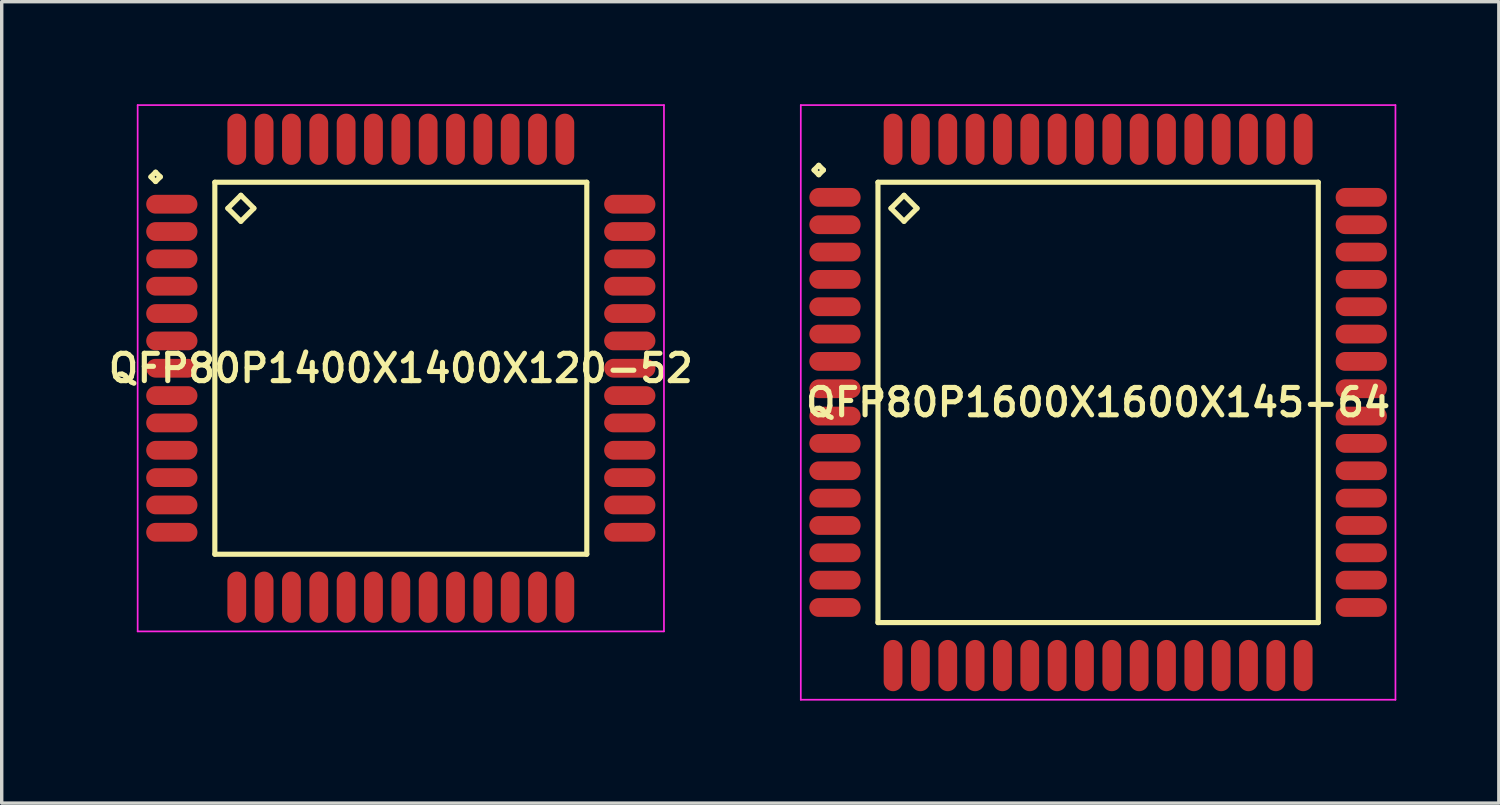
<source format=kicad_pcb>
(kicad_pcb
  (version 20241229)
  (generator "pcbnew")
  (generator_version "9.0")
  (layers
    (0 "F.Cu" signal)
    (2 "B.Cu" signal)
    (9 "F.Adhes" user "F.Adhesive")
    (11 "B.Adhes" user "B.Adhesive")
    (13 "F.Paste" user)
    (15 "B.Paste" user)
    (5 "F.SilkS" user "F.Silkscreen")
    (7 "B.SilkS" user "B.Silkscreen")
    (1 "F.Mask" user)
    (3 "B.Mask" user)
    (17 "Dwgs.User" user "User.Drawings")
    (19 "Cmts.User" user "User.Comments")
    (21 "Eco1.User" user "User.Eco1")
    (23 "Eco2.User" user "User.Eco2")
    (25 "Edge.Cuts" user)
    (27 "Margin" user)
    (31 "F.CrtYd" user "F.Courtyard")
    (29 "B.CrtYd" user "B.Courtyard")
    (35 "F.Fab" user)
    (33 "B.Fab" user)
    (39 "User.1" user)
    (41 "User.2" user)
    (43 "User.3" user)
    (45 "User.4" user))
  (footprint "QFP80P1400X1400X120-52"
    (layer "F.Cu")
    (at 8.678 7.725)
    (property "Reference" "QFP80P1400X1400X120-52" (at 0 0 0) (layer "F.SilkS") (effects (font (size 0.8 0.8) (thickness 0.15))))
    (attr smd)
    (fp_line (start -7.312 -5.6) (end -7.175 -5.737) (stroke (width 0.15) (type solid)) (layer "F.SilkS"))
    (fp_line (start -7.175 -5.737) (end -7.037 -5.6) (stroke (width 0.15) (type solid)) (layer "F.SilkS"))
    (fp_line (start -7.175 -5.463) (end -7.312 -5.6) (stroke (width 0.15) (type solid)) (layer "F.SilkS"))
    (fp_line (start -7.037 -5.6) (end -7.175 -5.463) (stroke (width 0.15) (type solid)) (layer "F.SilkS"))
    (fp_line (start -5.442 -5.442) (end -5.442 5.442) (stroke (width 0.15) (type solid)) (layer "F.SilkS"))
    (fp_line (start -5.442 5.442) (end 5.442 5.442) (stroke (width 0.15) (type solid)) (layer "F.SilkS"))
    (fp_line (start -5.061 -4.68) (end -4.68 -5.061) (stroke (width 0.15) (type solid)) (layer "F.SilkS"))
    (fp_line (start -4.68 -5.061) (end -4.299 -4.68) (stroke (width 0.15) (type solid)) (layer "F.SilkS"))
    (fp_line (start -4.68 -4.299) (end -5.061 -4.68) (stroke (width 0.15) (type solid)) (layer "F.SilkS"))
    (fp_line (start -4.299 -4.68) (end -4.68 -4.299) (stroke (width 0.15) (type solid)) (layer "F.SilkS"))
    (fp_line (start 5.442 -5.442) (end -5.442 -5.442) (stroke (width 0.15) (type solid)) (layer "F.SilkS"))
    (fp_line (start 5.442 5.442) (end 5.442 -5.442) (stroke (width 0.15) (type solid)) (layer "F.SilkS"))
    (fp_line (start -7.7 -7.7) (end 7.7 -7.7) (stroke (width 0.05) (type solid)) (layer "F.CrtYd"))
    (fp_line (start -7.7 7.7) (end -7.7 -7.7) (stroke (width 0.05) (type solid)) (layer "F.CrtYd"))
    (fp_line (start 7.7 -7.7) (end 7.7 7.7) (stroke (width 0.05) (type solid)) (layer "F.CrtYd"))
    (fp_line (start 7.7 7.7) (end -7.7 7.7) (stroke (width 0.05) (type solid)) (layer "F.CrtYd"))
    (pad "1" smd oval (at -6.7 -4.8) (size 1.5 0.55) (layers "F.Cu" "F.Mask" "F.Paste"))
    (pad "2" smd oval (at -6.7 -4) (size 1.5 0.55) (layers "F.Cu" "F.Mask" "F.Paste"))
    (pad "3" smd oval (at -6.7 -3.2) (size 1.5 0.55) (layers "F.Cu" "F.Mask" "F.Paste"))
    (pad "4" smd oval (at -6.7 -2.4) (size 1.5 0.55) (layers "F.Cu" "F.Mask" "F.Paste"))
    (pad "5" smd oval (at -6.7 -1.6) (size 1.5 0.55) (layers "F.Cu" "F.Mask" "F.Paste"))
    (pad "6" smd oval (at -6.7 -0.8) (size 1.5 0.55) (layers "F.Cu" "F.Mask" "F.Paste"))
    (pad "7" smd oval (at -6.7 0) (size 1.5 0.55) (layers "F.Cu" "F.Mask" "F.Paste"))
    (pad "8" smd oval (at -6.7 0.8) (size 1.5 0.55) (layers "F.Cu" "F.Mask" "F.Paste"))
    (pad "9" smd oval (at -6.7 1.6) (size 1.5 0.55) (layers "F.Cu" "F.Mask" "F.Paste"))
    (pad "10" smd oval (at -6.7 2.4) (size 1.5 0.55) (layers "F.Cu" "F.Mask" "F.Paste"))
    (pad "11" smd oval (at -6.7 3.2) (size 1.5 0.55) (layers "F.Cu" "F.Mask" "F.Paste"))
    (pad "12" smd oval (at -6.7 4) (size 1.5 0.55) (layers "F.Cu" "F.Mask" "F.Paste"))
    (pad "13" smd oval (at -6.7 4.8) (size 1.5 0.55) (layers "F.Cu" "F.Mask" "F.Paste"))
    (pad "14" smd oval (at -4.8 6.7) (size 0.55 1.5) (layers "F.Cu" "F.Mask" "F.Paste"))
    (pad "15" smd oval (at -4 6.7) (size 0.55 1.5) (layers "F.Cu" "F.Mask" "F.Paste"))
    (pad "16" smd oval (at -3.2 6.7) (size 0.55 1.5) (layers "F.Cu" "F.Mask" "F.Paste"))
    (pad "17" smd oval (at -2.4 6.7) (size 0.55 1.5) (layers "F.Cu" "F.Mask" "F.Paste"))
    (pad "18" smd oval (at -1.6 6.7) (size 0.55 1.5) (layers "F.Cu" "F.Mask" "F.Paste"))
    (pad "19" smd oval (at -0.8 6.7) (size 0.55 1.5) (layers "F.Cu" "F.Mask" "F.Paste"))
    (pad "20" smd oval (at 0 6.7) (size 0.55 1.5) (layers "F.Cu" "F.Mask" "F.Paste"))
    (pad "21" smd oval (at 0.8 6.7) (size 0.55 1.5) (layers "F.Cu" "F.Mask" "F.Paste"))
    (pad "22" smd oval (at 1.6 6.7) (size 0.55 1.5) (layers "F.Cu" "F.Mask" "F.Paste"))
    (pad "23" smd oval (at 2.4 6.7) (size 0.55 1.5) (layers "F.Cu" "F.Mask" "F.Paste"))
    (pad "24" smd oval (at 3.2 6.7) (size 0.55 1.5) (layers "F.Cu" "F.Mask" "F.Paste"))
    (pad "25" smd oval (at 4 6.7) (size 0.55 1.5) (layers "F.Cu" "F.Mask" "F.Paste"))
    (pad "26" smd oval (at 4.8 6.7) (size 0.55 1.5) (layers "F.Cu" "F.Mask" "F.Paste"))
    (pad "27" smd oval (at 6.7 4.8) (size 1.5 0.55) (layers "F.Cu" "F.Mask" "F.Paste"))
    (pad "28" smd oval (at 6.7 4) (size 1.5 0.55) (layers "F.Cu" "F.Mask" "F.Paste"))
    (pad "29" smd oval (at 6.7 3.2) (size 1.5 0.55) (layers "F.Cu" "F.Mask" "F.Paste"))
    (pad "30" smd oval (at 6.7 2.4) (size 1.5 0.55) (layers "F.Cu" "F.Mask" "F.Paste"))
    (pad "31" smd oval (at 6.7 1.6) (size 1.5 0.55) (layers "F.Cu" "F.Mask" "F.Paste"))
    (pad "32" smd oval (at 6.7 0.8) (size 1.5 0.55) (layers "F.Cu" "F.Mask" "F.Paste"))
    (pad "33" smd oval (at 6.7 0) (size 1.5 0.55) (layers "F.Cu" "F.Mask" "F.Paste"))
    (pad "34" smd oval (at 6.7 -0.8) (size 1.5 0.55) (layers "F.Cu" "F.Mask" "F.Paste"))
    (pad "35" smd oval (at 6.7 -1.6) (size 1.5 0.55) (layers "F.Cu" "F.Mask" "F.Paste"))
    (pad "36" smd oval (at 6.7 -2.4) (size 1.5 0.55) (layers "F.Cu" "F.Mask" "F.Paste"))
    (pad "37" smd oval (at 6.7 -3.2) (size 1.5 0.55) (layers "F.Cu" "F.Mask" "F.Paste"))
    (pad "38" smd oval (at 6.7 -4) (size 1.5 0.55) (layers "F.Cu" "F.Mask" "F.Paste"))
    (pad "39" smd oval (at 6.7 -4.8) (size 1.5 0.55) (layers "F.Cu" "F.Mask" "F.Paste"))
    (pad "40" smd oval (at 4.8 -6.7) (size 0.55 1.5) (layers "F.Cu" "F.Mask" "F.Paste"))
    (pad "41" smd oval (at 4 -6.7) (size 0.55 1.5) (layers "F.Cu" "F.Mask" "F.Paste"))
    (pad "42" smd oval (at 3.2 -6.7) (size 0.55 1.5) (layers "F.Cu" "F.Mask" "F.Paste"))
    (pad "43" smd oval (at 2.4 -6.7) (size 0.55 1.5) (layers "F.Cu" "F.Mask" "F.Paste"))
    (pad "44" smd oval (at 1.6 -6.7) (size 0.55 1.5) (layers "F.Cu" "F.Mask" "F.Paste"))
    (pad "45" smd oval (at 0.8 -6.7) (size 0.55 1.5) (layers "F.Cu" "F.Mask" "F.Paste"))
    (pad "46" smd oval (at 0 -6.7) (size 0.55 1.5) (layers "F.Cu" "F.Mask" "F.Paste"))
    (pad "47" smd oval (at -0.8 -6.7) (size 0.55 1.5) (layers "F.Cu" "F.Mask" "F.Paste"))
    (pad "48" smd oval (at -1.6 -6.7) (size 0.55 1.5) (layers "F.Cu" "F.Mask" "F.Paste"))
    (pad "49" smd oval (at -2.4 -6.7) (size 0.55 1.5) (layers "F.Cu" "F.Mask" "F.Paste"))
    (pad "50" smd oval (at -3.2 -6.7) (size 0.55 1.5) (layers "F.Cu" "F.Mask" "F.Paste"))
    (pad "51" smd oval (at -4 -6.7) (size 0.55 1.5) (layers "F.Cu" "F.Mask" "F.Paste"))
    (pad "52" smd oval (at -4.8 -6.7) (size 0.55 1.5) (layers "F.Cu" "F.Mask" "F.Paste")))
  (footprint "QFP80P1600X1600X145-64"
    (layer "F.Cu")
    (at 29.082 8.725)
    (property "Reference" "QFP80P1600X1600X145-64" (at 0 0 0) (layer "F.SilkS") (effects (font (size 0.8 0.8) (thickness 0.15))))
    (attr smd)
    (fp_line (start -8.312 -6.8) (end -8.175 -6.938) (stroke (width 0.15) (type solid)) (layer "F.SilkS"))
    (fp_line (start -8.175 -6.938) (end -8.037 -6.8) (stroke (width 0.15) (type solid)) (layer "F.SilkS"))
    (fp_line (start -8.175 -6.662) (end -8.312 -6.8) (stroke (width 0.15) (type solid)) (layer "F.SilkS"))
    (fp_line (start -8.037 -6.8) (end -8.175 -6.662) (stroke (width 0.15) (type solid)) (layer "F.SilkS"))
    (fp_line (start -6.442 -6.442) (end -6.442 6.442) (stroke (width 0.15) (type solid)) (layer "F.SilkS"))
    (fp_line (start -6.442 6.442) (end 6.442 6.442) (stroke (width 0.15) (type solid)) (layer "F.SilkS"))
    (fp_line (start -6.061 -5.68) (end -5.68 -6.061) (stroke (width 0.15) (type solid)) (layer "F.SilkS"))
    (fp_line (start -5.68 -6.061) (end -5.299 -5.68) (stroke (width 0.15) (type solid)) (layer "F.SilkS"))
    (fp_line (start -5.68 -5.299) (end -6.061 -5.68) (stroke (width 0.15) (type solid)) (layer "F.SilkS"))
    (fp_line (start -5.299 -5.68) (end -5.68 -5.299) (stroke (width 0.15) (type solid)) (layer "F.SilkS"))
    (fp_line (start 6.442 -6.442) (end -6.442 -6.442) (stroke (width 0.15) (type solid)) (layer "F.SilkS"))
    (fp_line (start 6.442 6.442) (end 6.442 -6.442) (stroke (width 0.15) (type solid)) (layer "F.SilkS"))
    (fp_line (start -8.7 -8.7) (end 8.7 -8.7) (stroke (width 0.05) (type solid)) (layer "F.CrtYd"))
    (fp_line (start -8.7 8.7) (end -8.7 -8.7) (stroke (width 0.05) (type solid)) (layer "F.CrtYd"))
    (fp_line (start 8.7 -8.7) (end 8.7 8.7) (stroke (width 0.05) (type solid)) (layer "F.CrtYd"))
    (fp_line (start 8.7 8.7) (end -8.7 8.7) (stroke (width 0.05) (type solid)) (layer "F.CrtYd"))
    (pad "1" smd oval (at -7.7 -6) (size 1.5 0.55) (layers "F.Cu" "F.Mask" "F.Paste"))
    (pad "2" smd oval (at -7.7 -5.2) (size 1.5 0.55) (layers "F.Cu" "F.Mask" "F.Paste"))
    (pad "3" smd oval (at -7.7 -4.4) (size 1.5 0.55) (layers "F.Cu" "F.Mask" "F.Paste"))
    (pad "4" smd oval (at -7.7 -3.6) (size 1.5 0.55) (layers "F.Cu" "F.Mask" "F.Paste"))
    (pad "5" smd oval (at -7.7 -2.8) (size 1.5 0.55) (layers "F.Cu" "F.Mask" "F.Paste"))
    (pad "6" smd oval (at -7.7 -2) (size 1.5 0.55) (layers "F.Cu" "F.Mask" "F.Paste"))
    (pad "7" smd oval (at -7.7 -1.2) (size 1.5 0.55) (layers "F.Cu" "F.Mask" "F.Paste"))
    (pad "8" smd oval (at -7.7 -0.4) (size 1.5 0.55) (layers "F.Cu" "F.Mask" "F.Paste"))
    (pad "9" smd oval (at -7.7 0.4) (size 1.5 0.55) (layers "F.Cu" "F.Mask" "F.Paste"))
    (pad "10" smd oval (at -7.7 1.2) (size 1.5 0.55) (layers "F.Cu" "F.Mask" "F.Paste"))
    (pad "11" smd oval (at -7.7 2) (size 1.5 0.55) (layers "F.Cu" "F.Mask" "F.Paste"))
    (pad "12" smd oval (at -7.7 2.8) (size 1.5 0.55) (layers "F.Cu" "F.Mask" "F.Paste"))
    (pad "13" smd oval (at -7.7 3.6) (size 1.5 0.55) (layers "F.Cu" "F.Mask" "F.Paste"))
    (pad "14" smd oval (at -7.7 4.4) (size 1.5 0.55) (layers "F.Cu" "F.Mask" "F.Paste"))
    (pad "15" smd oval (at -7.7 5.2) (size 1.5 0.55) (layers "F.Cu" "F.Mask" "F.Paste"))
    (pad "16" smd oval (at -7.7 6) (size 1.5 0.55) (layers "F.Cu" "F.Mask" "F.Paste"))
    (pad "17" smd oval (at -6 7.7) (size 0.55 1.5) (layers "F.Cu" "F.Mask" "F.Paste"))
    (pad "18" smd oval (at -5.2 7.7) (size 0.55 1.5) (layers "F.Cu" "F.Mask" "F.Paste"))
    (pad "19" smd oval (at -4.4 7.7) (size 0.55 1.5) (layers "F.Cu" "F.Mask" "F.Paste"))
    (pad "20" smd oval (at -3.6 7.7) (size 0.55 1.5) (layers "F.Cu" "F.Mask" "F.Paste"))
    (pad "21" smd oval (at -2.8 7.7) (size 0.55 1.5) (layers "F.Cu" "F.Mask" "F.Paste"))
    (pad "22" smd oval (at -2 7.7) (size 0.55 1.5) (layers "F.Cu" "F.Mask" "F.Paste"))
    (pad "23" smd oval (at -1.2 7.7) (size 0.55 1.5) (layers "F.Cu" "F.Mask" "F.Paste"))
    (pad "24" smd oval (at -0.4 7.7) (size 0.55 1.5) (layers "F.Cu" "F.Mask" "F.Paste"))
    (pad "25" smd oval (at 0.4 7.7) (size 0.55 1.5) (layers "F.Cu" "F.Mask" "F.Paste"))
    (pad "26" smd oval (at 1.2 7.7) (size 0.55 1.5) (layers "F.Cu" "F.Mask" "F.Paste"))
    (pad "27" smd oval (at 2 7.7) (size 0.55 1.5) (layers "F.Cu" "F.Mask" "F.Paste"))
    (pad "28" smd oval (at 2.8 7.7) (size 0.55 1.5) (layers "F.Cu" "F.Mask" "F.Paste"))
    (pad "29" smd oval (at 3.6 7.7) (size 0.55 1.5) (layers "F.Cu" "F.Mask" "F.Paste"))
    (pad "30" smd oval (at 4.4 7.7) (size 0.55 1.5) (layers "F.Cu" "F.Mask" "F.Paste"))
    (pad "31" smd oval (at 5.2 7.7) (size 0.55 1.5) (layers "F.Cu" "F.Mask" "F.Paste"))
    (pad "32" smd oval (at 6 7.7) (size 0.55 1.5) (layers "F.Cu" "F.Mask" "F.Paste"))
    (pad "33" smd oval (at 7.7 6) (size 1.5 0.55) (layers "F.Cu" "F.Mask" "F.Paste"))
    (pad "34" smd oval (at 7.7 5.2) (size 1.5 0.55) (layers "F.Cu" "F.Mask" "F.Paste"))
    (pad "35" smd oval (at 7.7 4.4) (size 1.5 0.55) (layers "F.Cu" "F.Mask" "F.Paste"))
    (pad "36" smd oval (at 7.7 3.6) (size 1.5 0.55) (layers "F.Cu" "F.Mask" "F.Paste"))
    (pad "37" smd oval (at 7.7 2.8) (size 1.5 0.55) (layers "F.Cu" "F.Mask" "F.Paste"))
    (pad "38" smd oval (at 7.7 2) (size 1.5 0.55) (layers "F.Cu" "F.Mask" "F.Paste"))
    (pad "39" smd oval (at 7.7 1.2) (size 1.5 0.55) (layers "F.Cu" "F.Mask" "F.Paste"))
    (pad "40" smd oval (at 7.7 0.4) (size 1.5 0.55) (layers "F.Cu" "F.Mask" "F.Paste"))
    (pad "41" smd oval (at 7.7 -0.4) (size 1.5 0.55) (layers "F.Cu" "F.Mask" "F.Paste"))
    (pad "42" smd oval (at 7.7 -1.2) (size 1.5 0.55) (layers "F.Cu" "F.Mask" "F.Paste"))
    (pad "43" smd oval (at 7.7 -2) (size 1.5 0.55) (layers "F.Cu" "F.Mask" "F.Paste"))
    (pad "44" smd oval (at 7.7 -2.8) (size 1.5 0.55) (layers "F.Cu" "F.Mask" "F.Paste"))
    (pad "45" smd oval (at 7.7 -3.6) (size 1.5 0.55) (layers "F.Cu" "F.Mask" "F.Paste"))
    (pad "46" smd oval (at 7.7 -4.4) (size 1.5 0.55) (layers "F.Cu" "F.Mask" "F.Paste"))
    (pad "47" smd oval (at 7.7 -5.2) (size 1.5 0.55) (layers "F.Cu" "F.Mask" "F.Paste"))
    (pad "48" smd oval (at 7.7 -6) (size 1.5 0.55) (layers "F.Cu" "F.Mask" "F.Paste"))
    (pad "49" smd oval (at 6 -7.7) (size 0.55 1.5) (layers "F.Cu" "F.Mask" "F.Paste"))
    (pad "50" smd oval (at 5.2 -7.7) (size 0.55 1.5) (layers "F.Cu" "F.Mask" "F.Paste"))
    (pad "51" smd oval (at 4.4 -7.7) (size 0.55 1.5) (layers "F.Cu" "F.Mask" "F.Paste"))
    (pad "52" smd oval (at 3.6 -7.7) (size 0.55 1.5) (layers "F.Cu" "F.Mask" "F.Paste"))
    (pad "53" smd oval (at 2.8 -7.7) (size 0.55 1.5) (layers "F.Cu" "F.Mask" "F.Paste"))
    (pad "54" smd oval (at 2 -7.7) (size 0.55 1.5) (layers "F.Cu" "F.Mask" "F.Paste"))
    (pad "55" smd oval (at 1.2 -7.7) (size 0.55 1.5) (layers "F.Cu" "F.Mask" "F.Paste"))
    (pad "56" smd oval (at 0.4 -7.7) (size 0.55 1.5) (layers "F.Cu" "F.Mask" "F.Paste"))
    (pad "57" smd oval (at -0.4 -7.7) (size 0.55 1.5) (layers "F.Cu" "F.Mask" "F.Paste"))
    (pad "58" smd oval (at -1.2 -7.7) (size 0.55 1.5) (layers "F.Cu" "F.Mask" "F.Paste"))
    (pad "59" smd oval (at -2 -7.7) (size 0.55 1.5) (layers "F.Cu" "F.Mask" "F.Paste"))
    (pad "60" smd oval (at -2.8 -7.7) (size 0.55 1.5) (layers "F.Cu" "F.Mask" "F.Paste"))
    (pad "61" smd oval (at -3.6 -7.7) (size 0.55 1.5) (layers "F.Cu" "F.Mask" "F.Paste"))
    (pad "62" smd oval (at -4.4 -7.7) (size 0.55 1.5) (layers "F.Cu" "F.Mask" "F.Paste"))
    (pad "63" smd oval (at -5.2 -7.7) (size 0.55 1.5) (layers "F.Cu" "F.Mask" "F.Paste"))
    (pad "64" smd oval (at -6 -7.7) (size 0.55 1.5) (layers "F.Cu" "F.Mask" "F.Paste")))
  (gr_rect
    (start -3 -3)
    (end 40.807 20.45)
    (stroke (width 0.1) (type default))
    (fill no)
    (layer "Edge.Cuts")))
</source>
